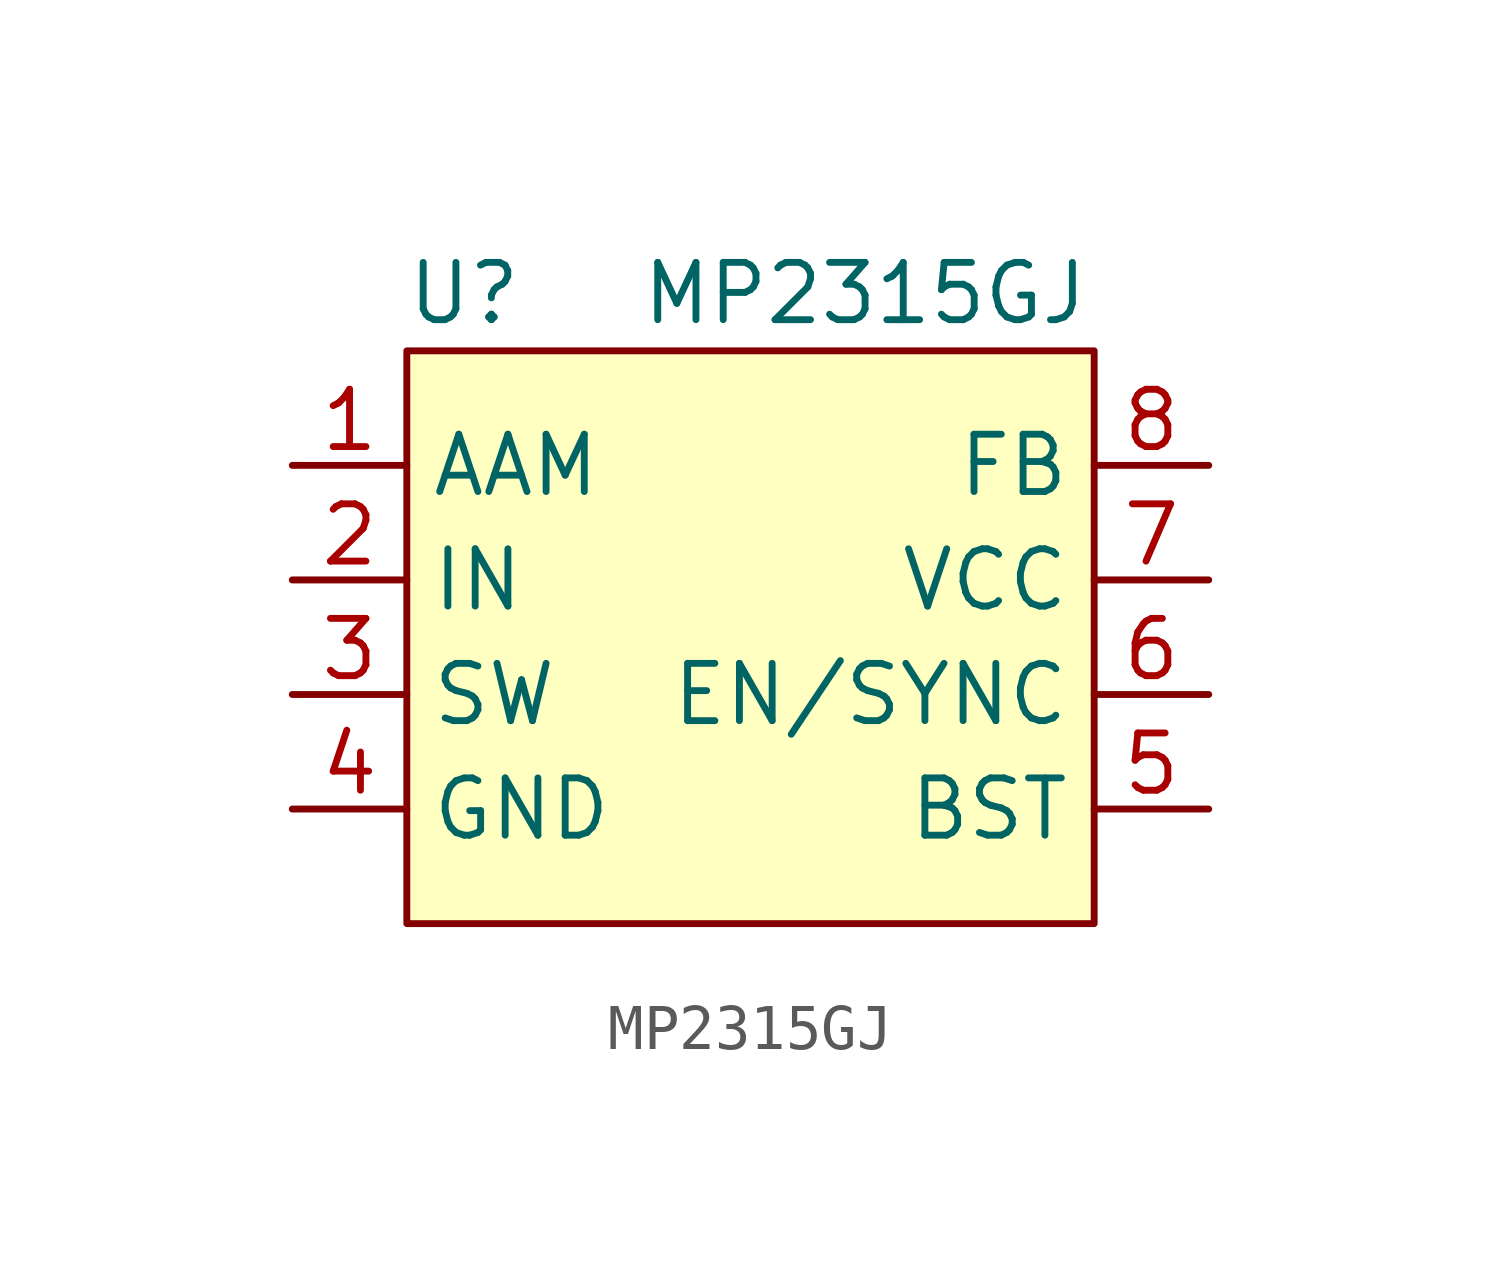
<source format=kicad_sym>
(kicad_symbol_lib
  (version 20220914)
  (generator kicad_symbol_editor)
  (symbol "MP2315GJ"
    (property "Reference" "U"
      (at -6.35 7.62 0)
      (effects (font (size 1.27 1.27))))
    (property "Value" "MP2315GJ"
      (at 2.54 7.62 0)
      (effects (font (size 1.27 1.27))))
    (symbol "MP2315GJ_0_0"
      (pin unspecified line (at -10.16 3.81 0) (length 2.54) (name "AAM" (effects (font (size 1.27 1.27)))) (number "1" (effects (font (size 1.27 1.27)))))
      (pin power_in line (at -10.16 1.27 0) (length 2.54) (name "IN" (effects (font (size 1.27 1.27)))) (number "2" (effects (font (size 1.27 1.27)))))
      (pin output line (at -10.16 -1.27 0) (length 2.54) (name "SW" (effects (font (size 1.27 1.27)))) (number "3" (effects (font (size 1.27 1.27)))))
      (pin power_in line (at -10.16 -3.81 0) (length 2.54) (name "GND" (effects (font (size 1.27 1.27)))) (number "4" (effects (font (size 1.27 1.27)))))
      (pin unspecified line (at 10.16 -3.81 180) (length 2.54) (name "BST" (effects (font (size 1.27 1.27)))) (number "5" (effects (font (size 1.27 1.27)))))
      (pin input line (at 10.16 -1.27 180) (length 2.54) (name "EN/SYNC" (effects (font (size 1.27 1.27)))) (number "6" (effects (font (size 1.27 1.27)))))
      (pin power_in line (at 10.16 1.27 180) (length 2.54) (name "VCC" (effects (font (size 1.27 1.27)))) (number "7" (effects (font (size 1.27 1.27)))))
      (pin output line (at 10.16 3.81 180) (length 2.54) (name "FB" (effects (font (size 1.27 1.27)))) (number "8" (effects (font (size 1.27 1.27))))))
    (symbol "MP2315GJ_0_1"
      (rectangle (start -7.62 6.35) (end 7.62 -6.35) (stroke (width 0) (type default)) (fill (type background))))))
</source>
